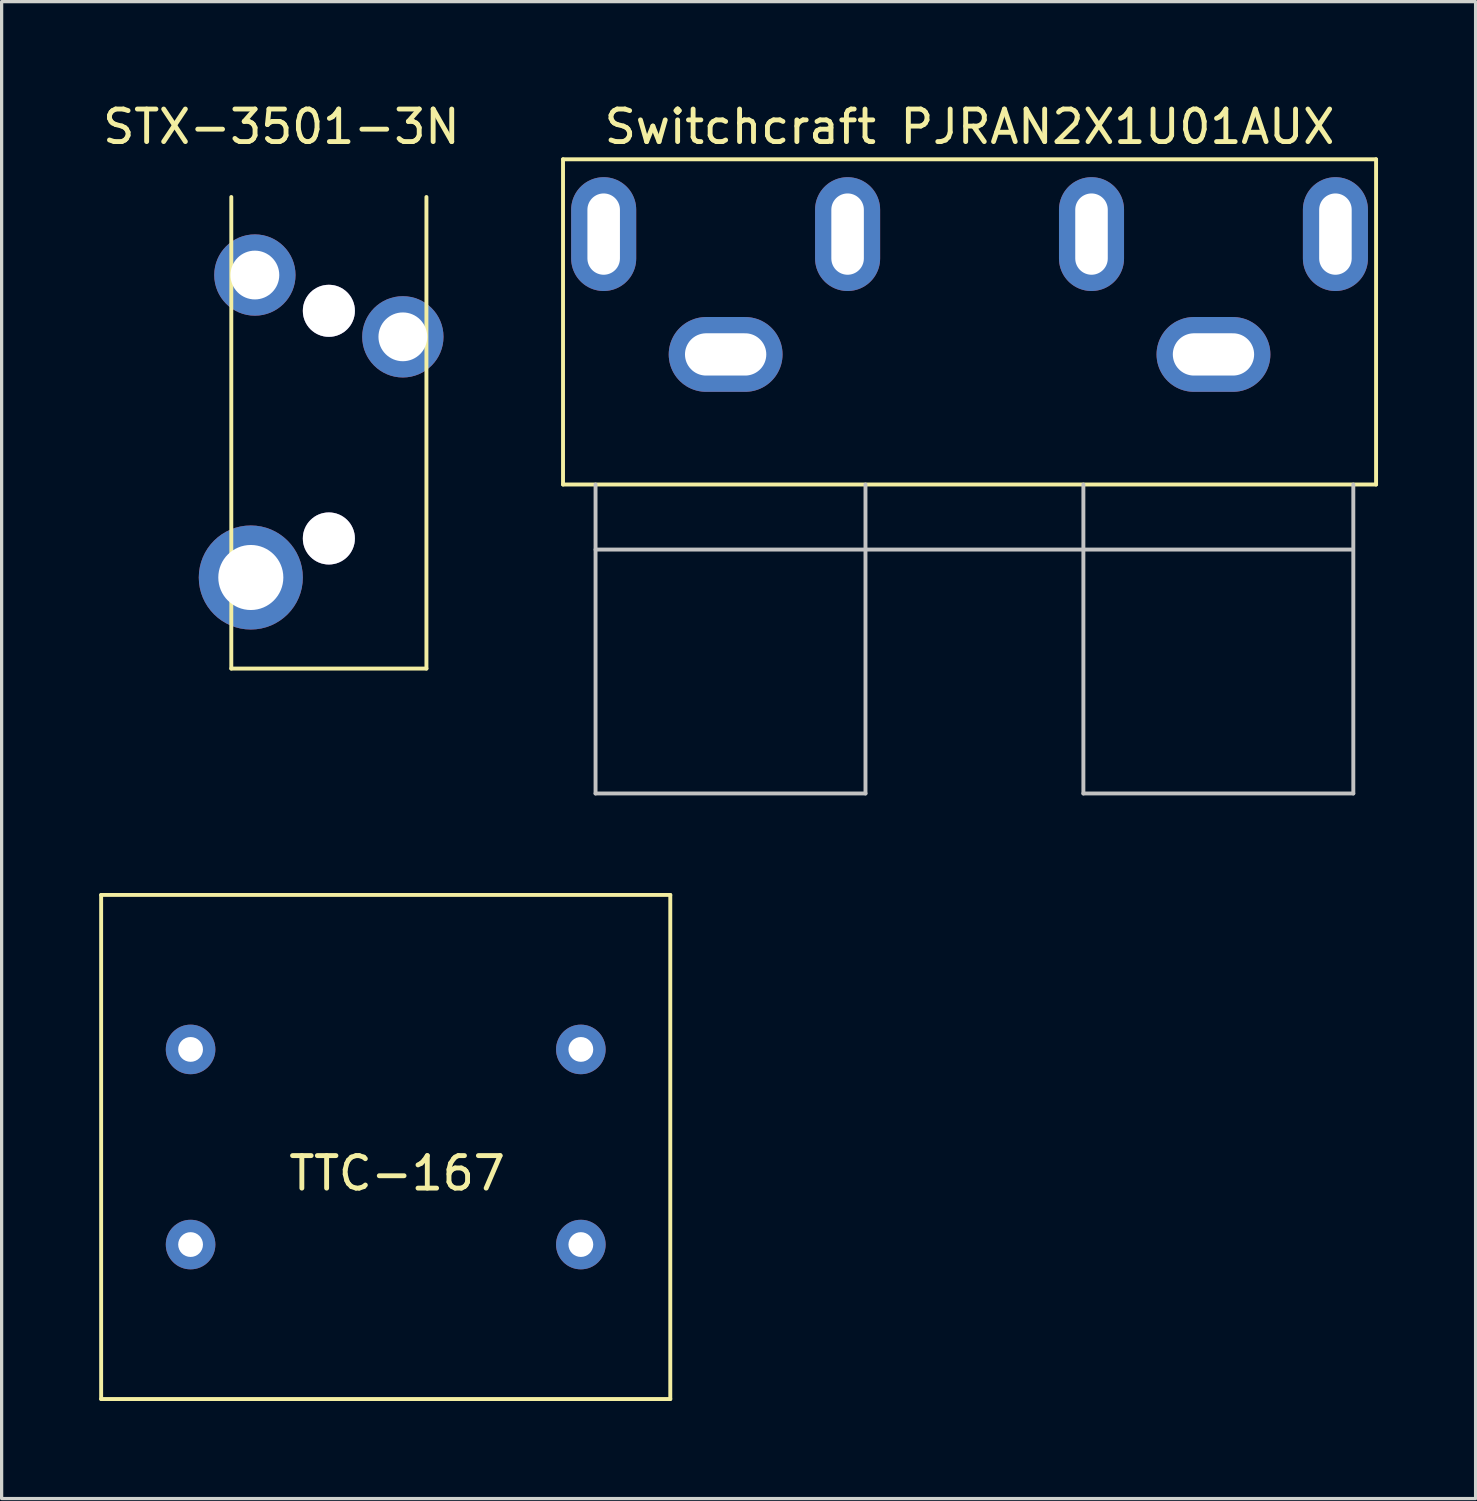
<source format=kicad_pcb>
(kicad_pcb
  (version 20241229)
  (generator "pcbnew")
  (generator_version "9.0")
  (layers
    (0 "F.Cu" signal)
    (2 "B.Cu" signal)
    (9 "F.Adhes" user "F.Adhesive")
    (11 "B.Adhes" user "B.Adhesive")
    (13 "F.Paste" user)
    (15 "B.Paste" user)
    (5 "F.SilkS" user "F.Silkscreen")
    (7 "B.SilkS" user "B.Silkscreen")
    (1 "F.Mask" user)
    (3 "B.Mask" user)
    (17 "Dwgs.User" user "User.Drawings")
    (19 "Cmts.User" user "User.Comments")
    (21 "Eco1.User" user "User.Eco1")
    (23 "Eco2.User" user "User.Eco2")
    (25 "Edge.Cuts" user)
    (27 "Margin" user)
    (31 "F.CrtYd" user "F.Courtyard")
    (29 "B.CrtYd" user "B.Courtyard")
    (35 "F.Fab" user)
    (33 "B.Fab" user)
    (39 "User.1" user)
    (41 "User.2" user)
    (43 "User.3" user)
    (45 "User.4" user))
  (footprint "Switchcraft PJRAN2X1U01AUX"
    (layer "F.Cu")
    (at 26.762 1.848)
    (property "Reference" "Switchcraft PJRAN2X1U01AUX" (at 0 -1 0) (layer "F.SilkS") (effects (font (size 1 1) (thickness 0.15))))
    (attr through_hole)
    (fp_line (start -12.5 0) (end -12.5 10) (stroke (width 0.12) (type solid)) (layer "F.SilkS"))
    (fp_line (start -12.5 10) (end 12.5 10) (stroke (width 0.12) (type solid)) (layer "F.SilkS"))
    (fp_line (start 12.5 0) (end -12.5 0) (stroke (width 0.12) (type solid)) (layer "F.SilkS"))
    (fp_line (start 12.5 10) (end 12.5 0) (stroke (width 0.12) (type solid)) (layer "F.SilkS"))
    (fp_line (start -11.5 12) (end 11.75 12) (stroke (width 0.12) (type solid)) (layer "Dwgs.User"))
    (fp_line (start -11.5 19.5) (end -11.5 10) (stroke (width 0.12) (type solid)) (layer "Dwgs.User"))
    (fp_line (start -11.5 19.5) (end -3.2 19.5) (stroke (width 0.12) (type solid)) (layer "Dwgs.User"))
    (fp_line (start -3.2 19.5) (end -3.2 10) (stroke (width 0.12) (type solid)) (layer "Dwgs.User"))
    (fp_line (start 3.5 19.5) (end 3.5 10) (stroke (width 0.12) (type solid)) (layer "Dwgs.User"))
    (fp_line (start 3.5 19.5) (end 11.8 19.5) (stroke (width 0.12) (type solid)) (layer "Dwgs.User"))
    (fp_line (start 11.8 19.5) (end 11.8 10) (stroke (width 0.12) (type solid)) (layer "Dwgs.User"))
    (pad "L+" thru_hole oval (at 3.75 2.3) (size 2 3.5) (drill oval 1 2.5) (layers "*.Cu" "*.Mask"))
    (pad "L-" thru_hole oval (at 7.5 6) (size 3.5 2.3) (drill oval 2.5 1.3) (layers "*.Cu" "*.Mask"))
    (pad "R+" thru_hole oval (at -11.25 2.3) (size 2 3.5) (drill oval 1 2.5) (layers "*.Cu" "*.Mask"))
    (pad "R-" thru_hole oval (at -7.5 6) (size 3.5 2.3) (drill oval 2.5 1.3) (layers "*.Cu" "*.Mask"))
    (pad "T1" thru_hole oval (at -3.75 2.3) (size 2 3.5) (drill oval 1 2.5) (layers "*.Cu" "*.Mask"))
    (pad "T2" thru_hole oval (at 11.25 2.3) (size 2 3.5) (drill oval 1 2.5) (layers "*.Cu" "*.Mask")))
  (footprint "STX-3501-3N"
    (layer "F.Cu")
    (at 7.062 3.007)
    (property "Reference" "STX-3501-3N" (at -1.46 -2.159 0) (layer "F.SilkS") (effects (font (size 1 1) (thickness 0.15))))
    (attr through_hole)
    (fp_line (start -3 0) (end -3 14.5) (stroke (width 0.12) (type solid)) (layer "F.SilkS"))
    (fp_line (start -3 14.5) (end 3 14.5) (stroke (width 0.12) (type solid)) (layer "F.SilkS"))
    (fp_line (start 3 0) (end 3 14.5) (stroke (width 0.12) (type solid)) (layer "F.SilkS"))
    (pad "" thru_hole circle (at 0 3.5) (size 1.6 1.6) (drill 1.6) (layers "*.Cu" "*.Mask"))
    (pad "" thru_hole circle (at 0 10.5) (size 1.6 1.6) (drill 1.6) (layers "*.Cu" "*.Mask"))
    (pad "R" thru_hole circle (at 2.275 4.3) (size 2.5 2.5) (drill 1.5) (layers "*.Cu" "*.Mask"))
    (pad "S" thru_hole circle (at -2.4 11.7) (size 3.2 3.2) (drill 2) (layers "*.Cu" "*.Mask"))
    (pad "T" thru_hole circle (at -2.275 2.4) (size 2.5 2.5) (drill 1.5) (layers "*.Cu" "*.Mask")))
  (footprint "TTC-167"
    (layer "F.Cu")
    (at 2.81 29.218)
    (property "Reference" "TTC-167" (at 6.35 3.81 0) (layer "F.SilkS") (effects (font (size 1 1) (thickness 0.15))))
    (attr through_hole)
    (fp_line (start -2.75 -4.75) (end -2.75 10.75) (stroke (width 0.12) (type solid)) (layer "F.SilkS"))
    (fp_line (start 14.75 -4.75) (end -2.75 -4.75) (stroke (width 0.12) (type solid)) (layer "F.SilkS"))
    (fp_line (start 14.75 -4.75) (end 14.75 10.75) (stroke (width 0.12) (type solid)) (layer "F.SilkS"))
    (fp_line (start 14.75 10.75) (end -2.75 10.75) (stroke (width 0.12) (type solid)) (layer "F.SilkS"))
    (pad "1" thru_hole circle (at 0 6) (size 1.524 1.524) (drill 0.762) (layers "*.Cu" "*.Mask"))
    (pad "3" thru_hole circle (at 0 0) (size 1.524 1.524) (drill 0.762) (layers "*.Cu" "*.Mask"))
    (pad "4" thru_hole circle (at 12 0) (size 1.524 1.524) (drill 0.762) (layers "*.Cu" "*.Mask"))
    (pad "6" thru_hole circle (at 12 6) (size 1.524 1.524) (drill 0.762) (layers "*.Cu" "*.Mask")))
  (gr_rect
    (start -3 -3)
    (end 42.322 43.028)
    (stroke (width 0.1) (type default))
    (fill no)
    (layer "Edge.Cuts")))
</source>
